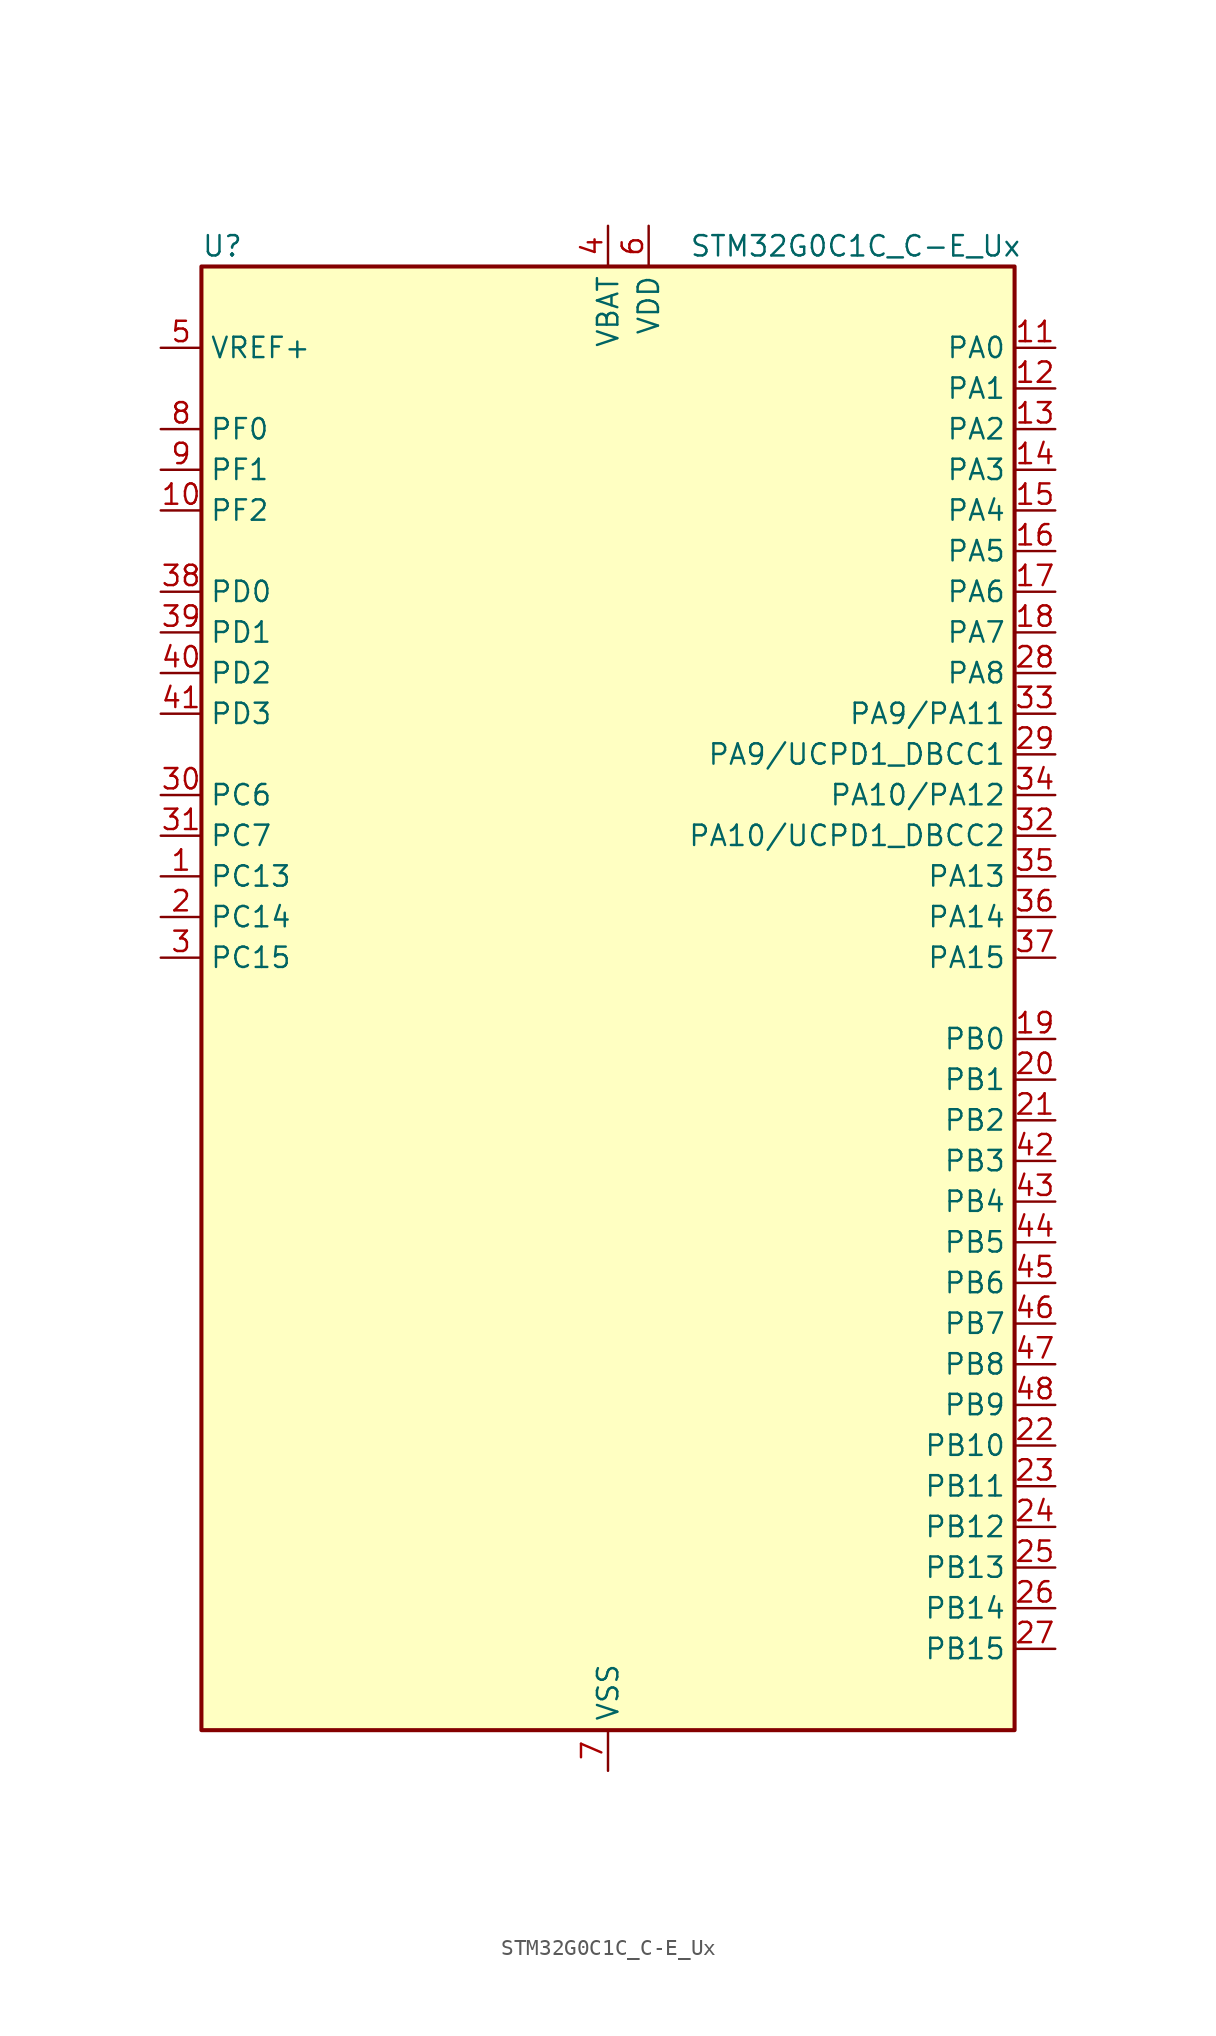
<source format=kicad_sym>
(kicad_symbol_lib
  (version 20241209)
  (generator "kicad_symbol_editor")
  (generator_version "9.0")
  (symbol "STM32G0C1C_C-E_Ux"
    (property "Reference" "U"
      (at -25.4 46.99 0)
      (effects (font (size 1.27 1.27)) (justify left)))
    (property "Value" "STM32G0C1C_C-E_Ux"
      (at 5.08 46.99 0)
      (effects (font (size 1.27 1.27)) (justify left)))
    (symbol "STM32G0C1C_C-E_Ux_0_1"
      (rectangle (start -25.4 -45.72) (end 25.4 45.72) (stroke (width 0.254) (type default)) (fill (type background))))
    (symbol "STM32G0C1C_C-E_Ux_1_1"
      (pin input line (at -27.94 40.64 0) (length 2.54) (name "VREF+" (effects (font (size 1.27 1.27)))) (number "5" (effects (font (size 1.27 1.27)))) (alternate "VREFBUF_OUT" bidirectional line))
      (pin bidirectional line (at -27.94 35.56 0) (length 2.54) (name "PF0" (effects (font (size 1.27 1.27)))) (number "8" (effects (font (size 1.27 1.27)))) (alternate "CRS1_SYNC" bidirectional line) (alternate "RCC_OSC_IN" bidirectional line) (alternate "TIM14_CH1" bidirectional line))
      (pin bidirectional line (at -27.94 33.02 0) (length 2.54) (name "PF1" (effects (font (size 1.27 1.27)))) (number "9" (effects (font (size 1.27 1.27)))) (alternate "RCC_OSC_EN" bidirectional line) (alternate "RCC_OSC_OUT" bidirectional line) (alternate "TIM15_CH1N" bidirectional line))
      (pin bidirectional line (at -27.94 30.48 0) (length 2.54) (name "PF2" (effects (font (size 1.27 1.27)))) (number "10" (effects (font (size 1.27 1.27)))) (alternate "LPUART2_DE" bidirectional line) (alternate "LPUART2_RTS" bidirectional line) (alternate "LPUART2_TX" bidirectional line) (alternate "RCC_MCO" bidirectional line))
      (pin bidirectional line (at -27.94 25.4 0) (length 2.54) (name "PD0" (effects (font (size 1.27 1.27)))) (number "38" (effects (font (size 1.27 1.27)))) (alternate "FDCAN1_RX" bidirectional line) (alternate "I2S2_WS" bidirectional line) (alternate "SPI2_NSS" bidirectional line) (alternate "TIM16_CH1" bidirectional line) (alternate "UCPD2_CC1" bidirectional line))
      (pin bidirectional line (at -27.94 22.86 0) (length 2.54) (name "PD1" (effects (font (size 1.27 1.27)))) (number "39" (effects (font (size 1.27 1.27)))) (alternate "FDCAN1_TX" bidirectional line) (alternate "I2S2_CK" bidirectional line) (alternate "SPI2_SCK" bidirectional line) (alternate "TIM17_CH1" bidirectional line) (alternate "UCPD2_DBCC1" bidirectional line))
      (pin bidirectional line (at -27.94 20.32 0) (length 2.54) (name "PD2" (effects (font (size 1.27 1.27)))) (number "40" (effects (font (size 1.27 1.27)))) (alternate "TIM1_CH1N" bidirectional line) (alternate "TIM3_ETR" bidirectional line) (alternate "UCPD2_CC2" bidirectional line) (alternate "USART3_CK" bidirectional line) (alternate "USART3_DE" bidirectional line) (alternate "USART3_RTS" bidirectional line) (alternate "USART5_RX" bidirectional line))
      (pin bidirectional line (at -27.94 17.78 0) (length 2.54) (name "PD3" (effects (font (size 1.27 1.27)))) (number "41" (effects (font (size 1.27 1.27)))) (alternate "I2S2_MCK" bidirectional line) (alternate "SPI2_MISO" bidirectional line) (alternate "TIM1_CH2N" bidirectional line) (alternate "UCPD2_DBCC2" bidirectional line) (alternate "USART2_CTS" bidirectional line) (alternate "USART2_NSS" bidirectional line) (alternate "USART5_TX" bidirectional line))
      (pin bidirectional line (at -27.94 12.7 0) (length 2.54) (name "PC6" (effects (font (size 1.27 1.27)))) (number "30" (effects (font (size 1.27 1.27)))) (alternate "LPUART2_TX" bidirectional line) (alternate "TIM2_CH3" bidirectional line) (alternate "TIM3_CH1" bidirectional line) (alternate "UCPD1_FRSTX1" bidirectional line) (alternate "UCPD1_FRSTX2" bidirectional line))
      (pin bidirectional line (at -27.94 10.16 0) (length 2.54) (name "PC7" (effects (font (size 1.27 1.27)))) (number "31" (effects (font (size 1.27 1.27)))) (alternate "LPUART2_RX" bidirectional line) (alternate "TIM2_CH4" bidirectional line) (alternate "TIM3_CH2" bidirectional line) (alternate "UCPD2_FRSTX1" bidirectional line) (alternate "UCPD2_FRSTX2" bidirectional line))
      (pin bidirectional line (at -27.94 7.62 0) (length 2.54) (name "PC13" (effects (font (size 1.27 1.27)))) (number "1" (effects (font (size 1.27 1.27)))) (alternate "RTC_OUT1" bidirectional line) (alternate "RTC_TAMP_IN1" bidirectional line) (alternate "RTC_TS" bidirectional line) (alternate "SYS_WKUP2" bidirectional line) (alternate "TIM1_BK" bidirectional line))
      (pin bidirectional line (at -27.94 5.08 0) (length 2.54) (name "PC14" (effects (font (size 1.27 1.27)))) (number "2" (effects (font (size 1.27 1.27)))) (alternate "RCC_OSC32_IN" bidirectional line) (alternate "TIM1_BK2" bidirectional line))
      (pin bidirectional line (at -27.94 2.54 0) (length 2.54) (name "PC15" (effects (font (size 1.27 1.27)))) (number "3" (effects (font (size 1.27 1.27)))) (alternate "RCC_OSC32_EN" bidirectional line) (alternate "RCC_OSC32_OUT" bidirectional line) (alternate "RCC_OSC_EN" bidirectional line) (alternate "TIM15_BK" bidirectional line))
      (pin power_in line (at 0 48.26 270) (length 2.54) (name "VBAT" (effects (font (size 1.27 1.27)))) (number "4" (effects (font (size 1.27 1.27)))))
      (pin passive line (at 0 -48.26 90) (length 2.54) (hide yes) (name "VSS" (effects (font (size 1.27 1.27)))) (number "49" (effects (font (size 1.27 1.27)))))
      (pin power_in line (at 0 -48.26 90) (length 2.54) (name "VSS" (effects (font (size 1.27 1.27)))) (number "7" (effects (font (size 1.27 1.27)))))
      (pin power_in line (at 2.54 48.26 270) (length 2.54) (name "VDD" (effects (font (size 1.27 1.27)))) (number "6" (effects (font (size 1.27 1.27)))))
      (pin bidirectional line (at 27.94 40.64 180) (length 2.54) (name "PA0" (effects (font (size 1.27 1.27)))) (number "11" (effects (font (size 1.27 1.27)))) (alternate "ADC1_IN0" bidirectional line) (alternate "COMP1_INM" bidirectional line) (alternate "COMP1_OUT" bidirectional line) (alternate "I2S2_CK" bidirectional line) (alternate "LPTIM1_OUT" bidirectional line) (alternate "RTC_TAMP_IN2" bidirectional line) (alternate "SPI2_SCK" bidirectional line) (alternate "SYS_WKUP1" bidirectional line) (alternate "TIM2_CH1" bidirectional line) (alternate "TIM2_ETR" bidirectional line) (alternate "UCPD2_FRSTX1" bidirectional line) (alternate "UCPD2_FRSTX2" bidirectional line) (alternate "USART2_CTS" bidirectional line) (alternate "USART2_NSS" bidirectional line) (alternate "USART4_TX" bidirectional line))
      (pin bidirectional line (at 27.94 38.1 180) (length 2.54) (name "PA1" (effects (font (size 1.27 1.27)))) (number "12" (effects (font (size 1.27 1.27)))) (alternate "ADC1_IN1" bidirectional line) (alternate "COMP1_INP" bidirectional line) (alternate "I2C1_SMBA" bidirectional line) (alternate "I2S1_CK" bidirectional line) (alternate "SPI1_SCK" bidirectional line) (alternate "TIM15_CH1N" bidirectional line) (alternate "TIM2_CH2" bidirectional line) (alternate "USART2_CK" bidirectional line) (alternate "USART2_DE" bidirectional line) (alternate "USART2_RTS" bidirectional line) (alternate "USART4_RX" bidirectional line))
      (pin bidirectional line (at 27.94 35.56 180) (length 2.54) (name "PA2" (effects (font (size 1.27 1.27)))) (number "13" (effects (font (size 1.27 1.27)))) (alternate "ADC1_IN2" bidirectional line) (alternate "COMP2_INM" bidirectional line) (alternate "COMP2_OUT" bidirectional line) (alternate "I2S1_SD" bidirectional line) (alternate "LPUART1_TX" bidirectional line) (alternate "RCC_LSCO" bidirectional line) (alternate "SPI1_MOSI" bidirectional line) (alternate "SYS_WKUP4" bidirectional line) (alternate "TIM15_CH1" bidirectional line) (alternate "TIM2_CH3" bidirectional line) (alternate "UCPD1_FRSTX1" bidirectional line) (alternate "UCPD1_FRSTX2" bidirectional line) (alternate "USART2_TX" bidirectional line))
      (pin bidirectional line (at 27.94 33.02 180) (length 2.54) (name "PA3" (effects (font (size 1.27 1.27)))) (number "14" (effects (font (size 1.27 1.27)))) (alternate "ADC1_IN3" bidirectional line) (alternate "COMP2_INP" bidirectional line) (alternate "I2S2_MCK" bidirectional line) (alternate "LPUART1_RX" bidirectional line) (alternate "SPI2_MISO" bidirectional line) (alternate "TIM15_CH2" bidirectional line) (alternate "TIM2_CH4" bidirectional line) (alternate "UCPD2_FRSTX1" bidirectional line) (alternate "UCPD2_FRSTX2" bidirectional line) (alternate "USART2_RX" bidirectional line))
      (pin bidirectional line (at 27.94 30.48 180) (length 2.54) (name "PA4" (effects (font (size 1.27 1.27)))) (number "15" (effects (font (size 1.27 1.27)))) (alternate "ADC1_IN4" bidirectional line) (alternate "DAC1_OUT1" bidirectional line) (alternate "I2S1_WS" bidirectional line) (alternate "I2S2_SD" bidirectional line) (alternate "LPTIM2_OUT" bidirectional line) (alternate "RTC_OUT2" bidirectional line) (alternate "SPI1_NSS" bidirectional line) (alternate "SPI2_MOSI" bidirectional line) (alternate "SPI3_NSS" bidirectional line) (alternate "TIM14_CH1" bidirectional line) (alternate "UCPD2_FRSTX1" bidirectional line) (alternate "UCPD2_FRSTX2" bidirectional line) (alternate "USART6_TX" bidirectional line) (alternate "USB_NOE" bidirectional line))
      (pin bidirectional line (at 27.94 27.94 180) (length 2.54) (name "PA5" (effects (font (size 1.27 1.27)))) (number "16" (effects (font (size 1.27 1.27)))) (alternate "ADC1_IN5" bidirectional line) (alternate "CEC" bidirectional line) (alternate "DAC1_OUT2" bidirectional line) (alternate "I2S1_CK" bidirectional line) (alternate "LPTIM2_ETR" bidirectional line) (alternate "SPI1_SCK" bidirectional line) (alternate "TIM2_CH1" bidirectional line) (alternate "TIM2_ETR" bidirectional line) (alternate "UCPD1_FRSTX1" bidirectional line) (alternate "UCPD1_FRSTX2" bidirectional line) (alternate "USART3_TX" bidirectional line) (alternate "USART6_RX" bidirectional line))
      (pin bidirectional line (at 27.94 25.4 180) (length 2.54) (name "PA6" (effects (font (size 1.27 1.27)))) (number "17" (effects (font (size 1.27 1.27)))) (alternate "ADC1_IN6" bidirectional line) (alternate "COMP1_OUT" bidirectional line) (alternate "I2C2_SDA" bidirectional line) (alternate "I2C3_SDA" bidirectional line) (alternate "I2S1_MCK" bidirectional line) (alternate "LPUART1_CTS" bidirectional line) (alternate "SPI1_MISO" bidirectional line) (alternate "TIM16_CH1" bidirectional line) (alternate "TIM1_BK" bidirectional line) (alternate "TIM3_CH1" bidirectional line) (alternate "USART3_CTS" bidirectional line) (alternate "USART3_NSS" bidirectional line) (alternate "USART6_CTS" bidirectional line) (alternate "USART6_NSS" bidirectional line))
      (pin bidirectional line (at 27.94 22.86 180) (length 2.54) (name "PA7" (effects (font (size 1.27 1.27)))) (number "18" (effects (font (size 1.27 1.27)))) (alternate "ADC1_IN7" bidirectional line) (alternate "COMP2_OUT" bidirectional line) (alternate "I2C2_SCL" bidirectional line) (alternate "I2C3_SCL" bidirectional line) (alternate "I2S1_SD" bidirectional line) (alternate "SPI1_MOSI" bidirectional line) (alternate "TIM14_CH1" bidirectional line) (alternate "TIM17_CH1" bidirectional line) (alternate "TIM1_CH1N" bidirectional line) (alternate "TIM3_CH2" bidirectional line) (alternate "UCPD1_FRSTX1" bidirectional line) (alternate "UCPD1_FRSTX2" bidirectional line) (alternate "USART6_CK" bidirectional line) (alternate "USART6_DE" bidirectional line) (alternate "USART6_RTS" bidirectional line))
      (pin bidirectional line (at 27.94 20.32 180) (length 2.54) (name "PA8" (effects (font (size 1.27 1.27)))) (number "28" (effects (font (size 1.27 1.27)))) (alternate "CRS1_SYNC" bidirectional line) (alternate "I2C2_SMBA" bidirectional line) (alternate "I2S2_WS" bidirectional line) (alternate "LPTIM2_OUT" bidirectional line) (alternate "RCC_MCO" bidirectional line) (alternate "SPI2_NSS" bidirectional line) (alternate "TIM1_CH1" bidirectional line) (alternate "UCPD1_CC1" bidirectional line))
      (pin bidirectional line (at 27.94 17.78 180) (length 2.54) (name "PA9/PA11" (effects (font (size 1.27 1.27)))) (number "33" (effects (font (size 1.27 1.27)))) (alternate "ADC1_EXTI11 (PA11)" bidirectional line) (alternate "COMP1_OUT (PA11)" bidirectional line) (alternate "DAC1_EXTI9 (PA9)" bidirectional line) (alternate "FDCAN1_RX (PA11)" bidirectional line) (alternate "I2C1_SCL (PA9)" bidirectional line) (alternate "I2C2_SCL (PA11)" bidirectional line) (alternate "I2C2_SCL (PA9)" bidirectional line) (alternate "I2S1_MCK (PA11)" bidirectional line) (alternate "I2S2_MCK (PA9)" bidirectional line) (alternate "PA11" bidirectional line) (alternate "PA9" bidirectional line) (alternate "RCC_MCO (PA9)" bidirectional line) (alternate "SPI1_MISO (PA11)" bidirectional line) (alternate "SPI2_MISO (PA9)" bidirectional line) (alternate "TIM15_BK (PA9)" bidirectional line) (alternate "TIM1_BK2 (PA11)" bidirectional line) (alternate "TIM1_CH2 (PA9)" bidirectional line) (alternate "TIM1_CH4 (PA11)" bidirectional line) (alternate "UCPD1_DBCC1 (PA9)" bidirectional line) (alternate "USART1_CTS (PA11)" bidirectional line) (alternate "USART1_NSS (PA11)" bidirectional line) (alternate "USART1_TX (PA9)" bidirectional line) (alternate "USB_DM (PA11)" bidirectional line))
      (pin bidirectional line (at 27.94 15.24 180) (length 2.54) (name "PA9/UCPD1_DBCC1" (effects (font (size 1.27 1.27)))) (number "29" (effects (font (size 1.27 1.27)))) (alternate "DAC1_EXTI9 (PA9)" bidirectional line) (alternate "I2C1_SCL (PA9)" bidirectional line) (alternate "I2C2_SCL (PA9)" bidirectional line) (alternate "I2S2_MCK (PA9)" bidirectional line) (alternate "PA9" bidirectional line) (alternate "RCC_MCO (PA9)" bidirectional line) (alternate "SPI2_MISO (PA9)" bidirectional line) (alternate "TIM15_BK (PA9)" bidirectional line) (alternate "TIM1_CH2 (PA9)" bidirectional line) (alternate "UCPD1_DBCC1" bidirectional line) (alternate "UCPD1_DBCC1 (PA9)" bidirectional line) (alternate "UCPD1_DBCC1 (UCPD1_DBCC1)" bidirectional line) (alternate "USART1_TX (PA9)" bidirectional line))
      (pin bidirectional line (at 27.94 12.7 180) (length 2.54) (name "PA10/PA12" (effects (font (size 1.27 1.27)))) (number "34" (effects (font (size 1.27 1.27)))) (alternate "COMP2_OUT (PA12)" bidirectional line) (alternate "FDCAN1_TX (PA12)" bidirectional line) (alternate "I2C1_SDA (PA10)" bidirectional line) (alternate "I2C2_SDA (PA10)" bidirectional line) (alternate "I2C2_SDA (PA12)" bidirectional line) (alternate "I2S1_SD (PA12)" bidirectional line) (alternate "I2S2_SD (PA10)" bidirectional line) (alternate "I2S_CKIN (PA12)" bidirectional line) (alternate "PA10" bidirectional line) (alternate "PA12" bidirectional line) (alternate "RCC_MCO_2 (PA10)" bidirectional line) (alternate "SPI1_MOSI (PA12)" bidirectional line) (alternate "SPI2_MOSI (PA10)" bidirectional line) (alternate "TIM17_BK (PA10)" bidirectional line) (alternate "TIM1_CH3 (PA10)" bidirectional line) (alternate "TIM1_ETR (PA12)" bidirectional line) (alternate "UCPD1_DBCC2 (PA10)" bidirectional line) (alternate "USART1_CK (PA12)" bidirectional line) (alternate "USART1_DE (PA12)" bidirectional line) (alternate "USART1_RTS (PA12)" bidirectional line) (alternate "USART1_RX (PA10)" bidirectional line) (alternate "USB_DP (PA12)" bidirectional line))
      (pin bidirectional line (at 27.94 10.16 180) (length 2.54) (name "PA10/UCPD1_DBCC2" (effects (font (size 1.27 1.27)))) (number "32" (effects (font (size 1.27 1.27)))) (alternate "I2C1_SDA (PA10)" bidirectional line) (alternate "I2C2_SDA (PA10)" bidirectional line) (alternate "I2S2_SD (PA10)" bidirectional line) (alternate "PA10" bidirectional line) (alternate "RCC_MCO_2 (PA10)" bidirectional line) (alternate "SPI2_MOSI (PA10)" bidirectional line) (alternate "TIM17_BK (PA10)" bidirectional line) (alternate "TIM1_CH3 (PA10)" bidirectional line) (alternate "UCPD1_DBCC2" bidirectional line) (alternate "UCPD1_DBCC2 (PA10)" bidirectional line) (alternate "UCPD1_DBCC2 (UCPD1_DBCC2)" bidirectional line) (alternate "USART1_RX (PA10)" bidirectional line))
      (pin bidirectional line (at 27.94 7.62 180) (length 2.54) (name "PA13" (effects (font (size 1.27 1.27)))) (number "35" (effects (font (size 1.27 1.27)))) (alternate "IR_OUT" bidirectional line) (alternate "LPUART2_RX" bidirectional line) (alternate "SYS_SWDIO" bidirectional line) (alternate "USB_NOE" bidirectional line))
      (pin bidirectional line (at 27.94 5.08 180) (length 2.54) (name "PA14" (effects (font (size 1.27 1.27)))) (number "36" (effects (font (size 1.27 1.27)))) (alternate "LPUART2_TX" bidirectional line) (alternate "SYS_SWCLK" bidirectional line) (alternate "USART2_TX" bidirectional line))
      (pin bidirectional line (at 27.94 2.54 180) (length 2.54) (name "PA15" (effects (font (size 1.27 1.27)))) (number "37" (effects (font (size 1.27 1.27)))) (alternate "I2C2_SMBA" bidirectional line) (alternate "I2S1_WS" bidirectional line) (alternate "RCC_MCO_2" bidirectional line) (alternate "SPI1_NSS" bidirectional line) (alternate "SPI3_NSS" bidirectional line) (alternate "TIM2_CH1" bidirectional line) (alternate "TIM2_ETR" bidirectional line) (alternate "USART2_RX" bidirectional line) (alternate "USART3_CK" bidirectional line) (alternate "USART3_DE" bidirectional line) (alternate "USART3_RTS" bidirectional line) (alternate "USART4_CK" bidirectional line) (alternate "USART4_DE" bidirectional line) (alternate "USART4_RTS" bidirectional line) (alternate "USB_NOE" bidirectional line))
      (pin bidirectional line (at 27.94 -2.54 180) (length 2.54) (name "PB0" (effects (font (size 1.27 1.27)))) (number "19" (effects (font (size 1.27 1.27)))) (alternate "ADC1_IN8" bidirectional line) (alternate "COMP1_OUT" bidirectional line) (alternate "COMP3_INP" bidirectional line) (alternate "FDCAN2_RX" bidirectional line) (alternate "I2S1_WS" bidirectional line) (alternate "LPTIM1_OUT" bidirectional line) (alternate "LPUART2_CTS" bidirectional line) (alternate "SPI1_NSS" bidirectional line) (alternate "TIM1_CH2N" bidirectional line) (alternate "TIM3_CH3" bidirectional line) (alternate "UCPD1_FRSTX1" bidirectional line) (alternate "UCPD1_FRSTX2" bidirectional line) (alternate "USART3_RX" bidirectional line) (alternate "USART5_TX" bidirectional line))
      (pin bidirectional line (at 27.94 -5.08 180) (length 2.54) (name "PB1" (effects (font (size 1.27 1.27)))) (number "20" (effects (font (size 1.27 1.27)))) (alternate "ADC1_IN9" bidirectional line) (alternate "COMP1_INM" bidirectional line) (alternate "COMP3_OUT" bidirectional line) (alternate "FDCAN2_TX" bidirectional line) (alternate "LPTIM2_IN1" bidirectional line) (alternate "LPUART1_DE" bidirectional line) (alternate "LPUART1_RTS" bidirectional line) (alternate "LPUART2_DE" bidirectional line) (alternate "LPUART2_RTS" bidirectional line) (alternate "TIM14_CH1" bidirectional line) (alternate "TIM1_CH3N" bidirectional line) (alternate "TIM3_CH4" bidirectional line) (alternate "USART3_CK" bidirectional line) (alternate "USART3_DE" bidirectional line) (alternate "USART3_RTS" bidirectional line) (alternate "USART5_RX" bidirectional line))
      (pin bidirectional line (at 27.94 -7.62 180) (length 2.54) (name "PB2" (effects (font (size 1.27 1.27)))) (number "21" (effects (font (size 1.27 1.27)))) (alternate "ADC1_IN10" bidirectional line) (alternate "COMP1_INP" bidirectional line) (alternate "COMP3_INM" bidirectional line) (alternate "I2S2_MCK" bidirectional line) (alternate "LPTIM1_OUT" bidirectional line) (alternate "RCC_MCO_2" bidirectional line) (alternate "SPI2_MISO" bidirectional line) (alternate "USART3_TX" bidirectional line))
      (pin bidirectional line (at 27.94 -10.16 180) (length 2.54) (name "PB3" (effects (font (size 1.27 1.27)))) (number "42" (effects (font (size 1.27 1.27)))) (alternate "COMP2_INM" bidirectional line) (alternate "I2C2_SCL" bidirectional line) (alternate "I2C3_SCL" bidirectional line) (alternate "I2S1_CK" bidirectional line) (alternate "SPI1_SCK" bidirectional line) (alternate "SPI3_SCK" bidirectional line) (alternate "TIM1_CH2" bidirectional line) (alternate "TIM2_CH2" bidirectional line) (alternate "USART1_CK" bidirectional line) (alternate "USART1_DE" bidirectional line) (alternate "USART1_RTS" bidirectional line) (alternate "USART5_TX" bidirectional line))
      (pin bidirectional line (at 27.94 -12.7 180) (length 2.54) (name "PB4" (effects (font (size 1.27 1.27)))) (number "43" (effects (font (size 1.27 1.27)))) (alternate "COMP2_INP" bidirectional line) (alternate "I2C2_SDA" bidirectional line) (alternate "I2C3_SDA" bidirectional line) (alternate "I2S1_MCK" bidirectional line) (alternate "SPI1_MISO" bidirectional line) (alternate "SPI3_MISO" bidirectional line) (alternate "TIM17_BK" bidirectional line) (alternate "TIM3_CH1" bidirectional line) (alternate "USART1_CTS" bidirectional line) (alternate "USART1_NSS" bidirectional line) (alternate "USART5_RX" bidirectional line))
      (pin bidirectional line (at 27.94 -15.24 180) (length 2.54) (name "PB5" (effects (font (size 1.27 1.27)))) (number "44" (effects (font (size 1.27 1.27)))) (alternate "COMP2_OUT" bidirectional line) (alternate "FDCAN2_RX" bidirectional line) (alternate "I2C1_SMBA" bidirectional line) (alternate "I2S1_SD" bidirectional line) (alternate "LPTIM1_IN1" bidirectional line) (alternate "SPI1_MOSI" bidirectional line) (alternate "SPI3_MOSI" bidirectional line) (alternate "SYS_WKUP6" bidirectional line) (alternate "TIM16_BK" bidirectional line) (alternate "TIM3_CH2" bidirectional line) (alternate "USART5_CK" bidirectional line) (alternate "USART5_DE" bidirectional line) (alternate "USART5_RTS" bidirectional line))
      (pin bidirectional line (at 27.94 -17.78 180) (length 2.54) (name "PB6" (effects (font (size 1.27 1.27)))) (number "45" (effects (font (size 1.27 1.27)))) (alternate "COMP2_INP" bidirectional line) (alternate "FDCAN2_TX" bidirectional line) (alternate "I2C1_SCL" bidirectional line) (alternate "I2S2_MCK" bidirectional line) (alternate "LPTIM1_ETR" bidirectional line) (alternate "LPUART2_TX" bidirectional line) (alternate "SPI2_MISO" bidirectional line) (alternate "TIM16_CH1N" bidirectional line) (alternate "TIM1_CH3" bidirectional line) (alternate "TIM4_CH1" bidirectional line) (alternate "USART1_TX" bidirectional line) (alternate "USART5_CTS" bidirectional line) (alternate "USART5_NSS" bidirectional line))
      (pin bidirectional line (at 27.94 -20.32 180) (length 2.54) (name "PB7" (effects (font (size 1.27 1.27)))) (number "46" (effects (font (size 1.27 1.27)))) (alternate "COMP2_INM" bidirectional line) (alternate "I2C1_SDA" bidirectional line) (alternate "I2S2_SD" bidirectional line) (alternate "LPTIM1_IN2" bidirectional line) (alternate "LPUART2_RX" bidirectional line) (alternate "SPI2_MOSI" bidirectional line) (alternate "SYS_PVD_IN" bidirectional line) (alternate "TIM17_CH1N" bidirectional line) (alternate "TIM4_CH2" bidirectional line) (alternate "USART1_RX" bidirectional line) (alternate "USART4_CTS" bidirectional line) (alternate "USART4_NSS" bidirectional line))
      (pin bidirectional line (at 27.94 -22.86 180) (length 2.54) (name "PB8" (effects (font (size 1.27 1.27)))) (number "47" (effects (font (size 1.27 1.27)))) (alternate "CEC" bidirectional line) (alternate "FDCAN1_RX" bidirectional line) (alternate "I2C1_SCL" bidirectional line) (alternate "I2S2_CK" bidirectional line) (alternate "SPI2_SCK" bidirectional line) (alternate "TIM15_BK" bidirectional line) (alternate "TIM16_CH1" bidirectional line) (alternate "TIM4_CH3" bidirectional line) (alternate "USART3_TX" bidirectional line) (alternate "USART6_TX" bidirectional line))
      (pin bidirectional line (at 27.94 -25.4 180) (length 2.54) (name "PB9" (effects (font (size 1.27 1.27)))) (number "48" (effects (font (size 1.27 1.27)))) (alternate "DAC1_EXTI9" bidirectional line) (alternate "FDCAN1_TX" bidirectional line) (alternate "I2C1_SDA" bidirectional line) (alternate "I2S2_WS" bidirectional line) (alternate "IR_OUT" bidirectional line) (alternate "SPI2_NSS" bidirectional line) (alternate "TIM17_CH1" bidirectional line) (alternate "TIM4_CH4" bidirectional line) (alternate "UCPD2_FRSTX1" bidirectional line) (alternate "UCPD2_FRSTX2" bidirectional line) (alternate "USART3_RX" bidirectional line) (alternate "USART6_RX" bidirectional line))
      (pin bidirectional line (at 27.94 -27.94 180) (length 2.54) (name "PB10" (effects (font (size 1.27 1.27)))) (number "22" (effects (font (size 1.27 1.27)))) (alternate "ADC1_IN11" bidirectional line) (alternate "CEC" bidirectional line) (alternate "COMP1_OUT" bidirectional line) (alternate "I2C2_SCL" bidirectional line) (alternate "I2S2_CK" bidirectional line) (alternate "LPUART1_RX" bidirectional line) (alternate "SPI2_SCK" bidirectional line) (alternate "TIM2_CH3" bidirectional line) (alternate "USART3_TX" bidirectional line))
      (pin bidirectional line (at 27.94 -30.48 180) (length 2.54) (name "PB11" (effects (font (size 1.27 1.27)))) (number "23" (effects (font (size 1.27 1.27)))) (alternate "ADC1_EXTI11" bidirectional line) (alternate "ADC1_IN15" bidirectional line) (alternate "COMP2_OUT" bidirectional line) (alternate "I2C2_SDA" bidirectional line) (alternate "I2S2_SD" bidirectional line) (alternate "LPUART1_TX" bidirectional line) (alternate "SPI2_MOSI" bidirectional line) (alternate "TIM2_CH4" bidirectional line) (alternate "USART3_RX" bidirectional line))
      (pin bidirectional line (at 27.94 -33.02 180) (length 2.54) (name "PB12" (effects (font (size 1.27 1.27)))) (number "24" (effects (font (size 1.27 1.27)))) (alternate "ADC1_IN16" bidirectional line) (alternate "FDCAN2_RX" bidirectional line) (alternate "I2C2_SMBA" bidirectional line) (alternate "I2S2_WS" bidirectional line) (alternate "LPUART1_DE" bidirectional line) (alternate "LPUART1_RTS" bidirectional line) (alternate "SPI2_NSS" bidirectional line) (alternate "TIM15_BK" bidirectional line) (alternate "TIM1_BK" bidirectional line) (alternate "UCPD2_FRSTX1" bidirectional line) (alternate "UCPD2_FRSTX2" bidirectional line))
      (pin bidirectional line (at 27.94 -35.56 180) (length 2.54) (name "PB13" (effects (font (size 1.27 1.27)))) (number "25" (effects (font (size 1.27 1.27)))) (alternate "FDCAN2_TX" bidirectional line) (alternate "I2C2_SCL" bidirectional line) (alternate "I2S2_CK" bidirectional line) (alternate "LPUART1_CTS" bidirectional line) (alternate "SPI2_SCK" bidirectional line) (alternate "TIM15_CH1N" bidirectional line) (alternate "TIM1_CH1N" bidirectional line) (alternate "USART3_CTS" bidirectional line) (alternate "USART3_NSS" bidirectional line))
      (pin bidirectional line (at 27.94 -38.1 180) (length 2.54) (name "PB14" (effects (font (size 1.27 1.27)))) (number "26" (effects (font (size 1.27 1.27)))) (alternate "I2C2_SDA" bidirectional line) (alternate "I2S2_MCK" bidirectional line) (alternate "SPI2_MISO" bidirectional line) (alternate "TIM15_CH1" bidirectional line) (alternate "TIM1_CH2N" bidirectional line) (alternate "UCPD1_FRSTX1" bidirectional line) (alternate "UCPD1_FRSTX2" bidirectional line) (alternate "USART3_CK" bidirectional line) (alternate "USART3_DE" bidirectional line) (alternate "USART3_RTS" bidirectional line) (alternate "USART6_CK" bidirectional line) (alternate "USART6_DE" bidirectional line) (alternate "USART6_RTS" bidirectional line))
      (pin bidirectional line (at 27.94 -40.64 180) (length 2.54) (name "PB15" (effects (font (size 1.27 1.27)))) (number "27" (effects (font (size 1.27 1.27)))) (alternate "I2S2_SD" bidirectional line) (alternate "RTC_REFIN" bidirectional line) (alternate "SPI2_MOSI" bidirectional line) (alternate "TIM15_CH1N" bidirectional line) (alternate "TIM15_CH2" bidirectional line) (alternate "TIM1_CH3N" bidirectional line) (alternate "UCPD1_CC2" bidirectional line) (alternate "USART6_CTS" bidirectional line) (alternate "USART6_NSS" bidirectional line)))))
</source>
